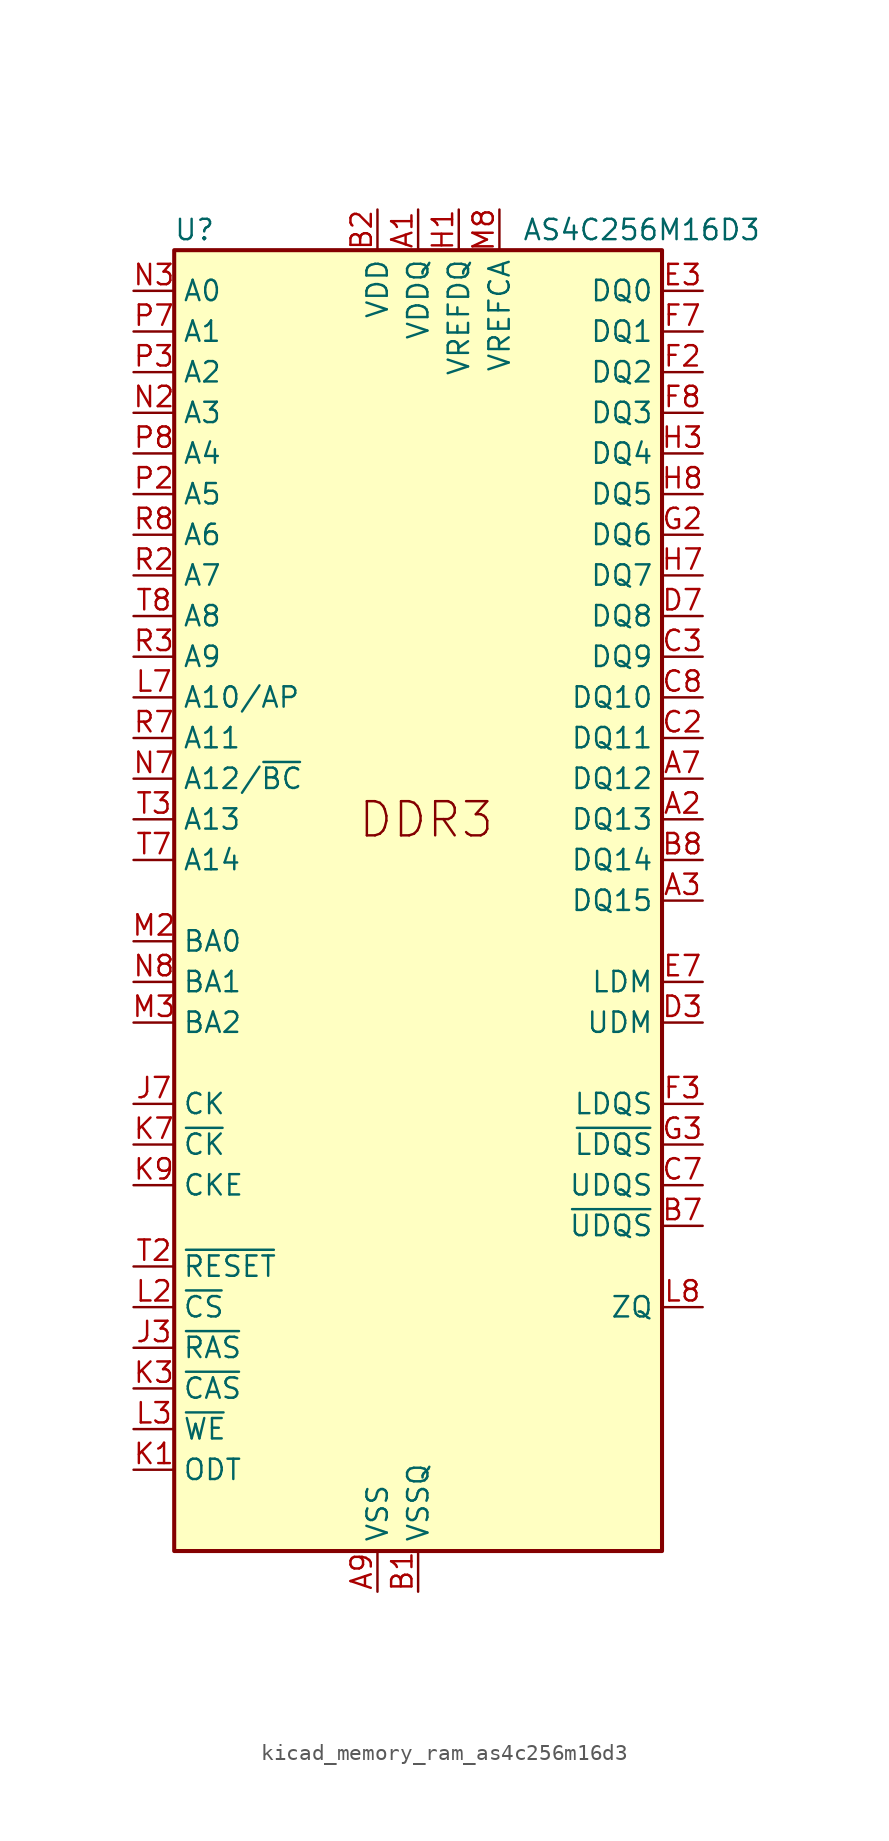
<source format=kicad_sym>
(kicad_symbol_lib
  (version 20220914)
  (generator kicad_symbol_editor)
  (symbol "kicad_memory_ram_as4c256m16d3"
    (property "Reference" "U"
      (at -13.97 41.91 0)
      (effects (font (size 1.27 1.27))))
    (property "Value" "AS4C256M16D3"
      (at 13.97 41.91 0)
      (effects (font (size 1.27 1.27))))
    (symbol "kicad_memory_ram_as4c256m16d3_0_1"
      (rectangle (start -15.24 -40.64) (end 15.24 40.64) (stroke (width 0.254) (type default)) (fill (type background)))
      (pin power_in line (at 0 43.18 270) (length 2.54) (name "VDDQ" (effects (font (size 1.27 1.27)))) (number "A1" (effects (font (size 1.27 1.27)))))
      (pin passive line (at 0 43.18 270) (length 2.54) hide (name "VDDQ" (effects (font (size 1.27 1.27)))) (number "A8" (effects (font (size 1.27 1.27)))))
      (pin power_in line (at -2.54 -43.18 90) (length 2.54) (name "VSS" (effects (font (size 1.27 1.27)))) (number "A9" (effects (font (size 1.27 1.27)))))
      (pin power_in line (at 0 -43.18 90) (length 2.54) (name "VSSQ" (effects (font (size 1.27 1.27)))) (number "B1" (effects (font (size 1.27 1.27)))))
      (pin power_in line (at -2.54 43.18 270) (length 2.54) (name "VDD" (effects (font (size 1.27 1.27)))) (number "B2" (effects (font (size 1.27 1.27)))))
      (pin passive line (at -2.54 -43.18 90) (length 2.54) hide (name "VSS" (effects (font (size 1.27 1.27)))) (number "B3" (effects (font (size 1.27 1.27)))))
      (pin passive line (at 0 -43.18 90) (length 2.54) hide (name "VSSQ" (effects (font (size 1.27 1.27)))) (number "B9" (effects (font (size 1.27 1.27)))))
      (pin passive line (at 0 43.18 270) (length 2.54) hide (name "VDDQ" (effects (font (size 1.27 1.27)))) (number "C1" (effects (font (size 1.27 1.27)))))
      (pin passive line (at 0 43.18 270) (length 2.54) hide (name "VDDQ" (effects (font (size 1.27 1.27)))) (number "C9" (effects (font (size 1.27 1.27)))))
      (pin passive line (at 0 -43.18 90) (length 2.54) hide (name "VSSQ" (effects (font (size 1.27 1.27)))) (number "D1" (effects (font (size 1.27 1.27)))))
      (pin passive line (at 0 43.18 270) (length 2.54) hide (name "VDDQ" (effects (font (size 1.27 1.27)))) (number "D2" (effects (font (size 1.27 1.27)))))
      (pin passive line (at 0 -43.18 90) (length 2.54) hide (name "VSSQ" (effects (font (size 1.27 1.27)))) (number "D8" (effects (font (size 1.27 1.27)))))
      (pin passive line (at -2.54 43.18 270) (length 2.54) hide (name "VDD" (effects (font (size 1.27 1.27)))) (number "D9" (effects (font (size 1.27 1.27)))))
      (pin passive line (at -2.54 -43.18 90) (length 2.54) hide (name "VSS" (effects (font (size 1.27 1.27)))) (number "E1" (effects (font (size 1.27 1.27)))))
      (pin passive line (at 0 -43.18 90) (length 2.54) hide (name "VSSQ" (effects (font (size 1.27 1.27)))) (number "E2" (effects (font (size 1.27 1.27)))))
      (pin bidirectional line (at 17.78 38.1 180) (length 2.54) (name "DQ0" (effects (font (size 1.27 1.27)))) (number "E3" (effects (font (size 1.27 1.27)))))
      (pin passive line (at 0 -43.18 90) (length 2.54) hide (name "VSSQ" (effects (font (size 1.27 1.27)))) (number "E8" (effects (font (size 1.27 1.27)))))
      (pin passive line (at 0 43.18 270) (length 2.54) hide (name "VDDQ" (effects (font (size 1.27 1.27)))) (number "E9" (effects (font (size 1.27 1.27)))))
      (pin passive line (at 0 43.18 270) (length 2.54) hide (name "VDDQ" (effects (font (size 1.27 1.27)))) (number "F1" (effects (font (size 1.27 1.27)))))
      (pin bidirectional line (at 17.78 33.02 180) (length 2.54) (name "DQ2" (effects (font (size 1.27 1.27)))) (number "F2" (effects (font (size 1.27 1.27)))))
      (pin bidirectional line (at 17.78 35.56 180) (length 2.54) (name "DQ1" (effects (font (size 1.27 1.27)))) (number "F7" (effects (font (size 1.27 1.27)))))
      (pin bidirectional line (at 17.78 30.48 180) (length 2.54) (name "DQ3" (effects (font (size 1.27 1.27)))) (number "F8" (effects (font (size 1.27 1.27)))))
      (pin passive line (at 0 -43.18 90) (length 2.54) hide (name "VSSQ" (effects (font (size 1.27 1.27)))) (number "F9" (effects (font (size 1.27 1.27)))))
      (pin passive line (at 0 -43.18 90) (length 2.54) hide (name "VSSQ" (effects (font (size 1.27 1.27)))) (number "G1" (effects (font (size 1.27 1.27)))))
      (pin bidirectional line (at 17.78 22.86 180) (length 2.54) (name "DQ6" (effects (font (size 1.27 1.27)))) (number "G2" (effects (font (size 1.27 1.27)))))
      (pin passive line (at -2.54 43.18 270) (length 2.54) hide (name "VDD" (effects (font (size 1.27 1.27)))) (number "G7" (effects (font (size 1.27 1.27)))))
      (pin passive line (at -2.54 -43.18 90) (length 2.54) hide (name "VSS" (effects (font (size 1.27 1.27)))) (number "G8" (effects (font (size 1.27 1.27)))))
      (pin passive line (at 0 -43.18 90) (length 2.54) hide (name "VSSQ" (effects (font (size 1.27 1.27)))) (number "G9" (effects (font (size 1.27 1.27)))))
      (pin power_in line (at 2.54 43.18 270) (length 2.54) (name "VREFDQ" (effects (font (size 1.27 1.27)))) (number "H1" (effects (font (size 1.27 1.27)))))
      (pin passive line (at 0 43.18 270) (length 2.54) hide (name "VDDQ" (effects (font (size 1.27 1.27)))) (number "H2" (effects (font (size 1.27 1.27)))))
      (pin bidirectional line (at 17.78 27.94 180) (length 2.54) (name "DQ4" (effects (font (size 1.27 1.27)))) (number "H3" (effects (font (size 1.27 1.27)))))
      (pin bidirectional line (at 17.78 20.32 180) (length 2.54) (name "DQ7" (effects (font (size 1.27 1.27)))) (number "H7" (effects (font (size 1.27 1.27)))))
      (pin bidirectional line (at 17.78 25.4 180) (length 2.54) (name "DQ5" (effects (font (size 1.27 1.27)))) (number "H8" (effects (font (size 1.27 1.27)))))
      (pin passive line (at 0 43.18 270) (length 2.54) hide (name "VDDQ" (effects (font (size 1.27 1.27)))) (number "H9" (effects (font (size 1.27 1.27)))))
      (pin passive line (at -2.54 -43.18 90) (length 2.54) hide (name "VSS" (effects (font (size 1.27 1.27)))) (number "J2" (effects (font (size 1.27 1.27)))))
      (pin passive line (at -2.54 -43.18 90) (length 2.54) hide (name "VSS" (effects (font (size 1.27 1.27)))) (number "J8" (effects (font (size 1.27 1.27)))))
      (pin passive line (at -2.54 43.18 270) (length 2.54) hide (name "VDD" (effects (font (size 1.27 1.27)))) (number "K2" (effects (font (size 1.27 1.27)))))
      (pin passive line (at -2.54 43.18 270) (length 2.54) hide (name "VDD" (effects (font (size 1.27 1.27)))) (number "K8" (effects (font (size 1.27 1.27)))))
      (pin input line (at -17.78 -25.4 0) (length 2.54) (name "~{CS}" (effects (font (size 1.27 1.27)))) (number "L2" (effects (font (size 1.27 1.27)))))
      (pin input line (at -17.78 12.7 0) (length 2.54) (name "A10/AP" (effects (font (size 1.27 1.27)))) (number "L7" (effects (font (size 1.27 1.27)))))
      (pin passive line (at -2.54 -43.18 90) (length 2.54) hide (name "VSS" (effects (font (size 1.27 1.27)))) (number "M1" (effects (font (size 1.27 1.27)))))
      (pin passive line (at -2.54 -43.18 90) (length 2.54) hide (name "VSS" (effects (font (size 1.27 1.27)))) (number "M9" (effects (font (size 1.27 1.27)))))
      (pin passive line (at -2.54 43.18 270) (length 2.54) hide (name "VDD" (effects (font (size 1.27 1.27)))) (number "N1" (effects (font (size 1.27 1.27)))))
      (pin input line (at -17.78 30.48 0) (length 2.54) (name "A3" (effects (font (size 1.27 1.27)))) (number "N2" (effects (font (size 1.27 1.27)))))
      (pin input line (at -17.78 38.1 0) (length 2.54) (name "A0" (effects (font (size 1.27 1.27)))) (number "N3" (effects (font (size 1.27 1.27)))))
      (pin input line (at -17.78 7.62 0) (length 2.54) (name "A12/~{BC}" (effects (font (size 1.27 1.27)))) (number "N7" (effects (font (size 1.27 1.27)))))
      (pin passive line (at -2.54 43.18 270) (length 2.54) hide (name "VDD" (effects (font (size 1.27 1.27)))) (number "N9" (effects (font (size 1.27 1.27)))))
      (pin passive line (at -2.54 -43.18 90) (length 2.54) hide (name "VSS" (effects (font (size 1.27 1.27)))) (number "P1" (effects (font (size 1.27 1.27)))))
      (pin input line (at -17.78 25.4 0) (length 2.54) (name "A5" (effects (font (size 1.27 1.27)))) (number "P2" (effects (font (size 1.27 1.27)))))
      (pin input line (at -17.78 33.02 0) (length 2.54) (name "A2" (effects (font (size 1.27 1.27)))) (number "P3" (effects (font (size 1.27 1.27)))))
      (pin input line (at -17.78 35.56 0) (length 2.54) (name "A1" (effects (font (size 1.27 1.27)))) (number "P7" (effects (font (size 1.27 1.27)))))
      (pin input line (at -17.78 27.94 0) (length 2.54) (name "A4" (effects (font (size 1.27 1.27)))) (number "P8" (effects (font (size 1.27 1.27)))))
      (pin passive line (at -2.54 -43.18 90) (length 2.54) hide (name "VSS" (effects (font (size 1.27 1.27)))) (number "P9" (effects (font (size 1.27 1.27)))))
      (pin passive line (at -2.54 43.18 270) (length 2.54) hide (name "VDD" (effects (font (size 1.27 1.27)))) (number "R1" (effects (font (size 1.27 1.27)))))
      (pin input line (at -17.78 20.32 0) (length 2.54) (name "A7" (effects (font (size 1.27 1.27)))) (number "R2" (effects (font (size 1.27 1.27)))))
      (pin input line (at -17.78 15.24 0) (length 2.54) (name "A9" (effects (font (size 1.27 1.27)))) (number "R3" (effects (font (size 1.27 1.27)))))
      (pin input line (at -17.78 10.16 0) (length 2.54) (name "A11" (effects (font (size 1.27 1.27)))) (number "R7" (effects (font (size 1.27 1.27)))))
      (pin input line (at -17.78 22.86 0) (length 2.54) (name "A6" (effects (font (size 1.27 1.27)))) (number "R8" (effects (font (size 1.27 1.27)))))
      (pin passive line (at -2.54 43.18 270) (length 2.54) hide (name "VDD" (effects (font (size 1.27 1.27)))) (number "R9" (effects (font (size 1.27 1.27)))))
      (pin passive line (at -2.54 -43.18 90) (length 2.54) hide (name "VSS" (effects (font (size 1.27 1.27)))) (number "T1" (effects (font (size 1.27 1.27)))))
      (pin input line (at -17.78 -22.86 0) (length 2.54) (name "~{RESET}" (effects (font (size 1.27 1.27)))) (number "T2" (effects (font (size 1.27 1.27)))))
      (pin input line (at -17.78 5.08 0) (length 2.54) (name "A13" (effects (font (size 1.27 1.27)))) (number "T3" (effects (font (size 1.27 1.27)))))
      (pin input line (at -17.78 2.54 0) (length 2.54) (name "A14" (effects (font (size 1.27 1.27)))) (number "T7" (effects (font (size 1.27 1.27)))))
      (pin input line (at -17.78 17.78 0) (length 2.54) (name "A8" (effects (font (size 1.27 1.27)))) (number "T8" (effects (font (size 1.27 1.27)))))
      (pin passive line (at -2.54 -43.18 90) (length 2.54) hide (name "VSS" (effects (font (size 1.27 1.27)))) (number "T9" (effects (font (size 1.27 1.27))))))
    (symbol "kicad_memory_ram_as4c256m16d3_1_1"
      (text "DDR3" (at -3.81 3.81 0) (effects (font (size 2.134 2.134)) (justify left bottom)))
      (pin bidirectional line (at 17.78 5.08 180) (length 2.54) (name "DQ13" (effects (font (size 1.27 1.27)))) (number "A2" (effects (font (size 1.27 1.27)))))
      (pin bidirectional line (at 17.78 0 180) (length 2.54) (name "DQ15" (effects (font (size 1.27 1.27)))) (number "A3" (effects (font (size 1.27 1.27)))))
      (pin bidirectional line (at 17.78 7.62 180) (length 2.54) (name "DQ12" (effects (font (size 1.27 1.27)))) (number "A7" (effects (font (size 1.27 1.27)))))
      (pin bidirectional line (at 17.78 -20.32 180) (length 2.54) (name "~{UDQS}" (effects (font (size 1.27 1.27)))) (number "B7" (effects (font (size 1.27 1.27)))))
      (pin bidirectional line (at 17.78 2.54 180) (length 2.54) (name "DQ14" (effects (font (size 1.27 1.27)))) (number "B8" (effects (font (size 1.27 1.27)))))
      (pin bidirectional line (at 17.78 10.16 180) (length 2.54) (name "DQ11" (effects (font (size 1.27 1.27)))) (number "C2" (effects (font (size 1.27 1.27)))))
      (pin bidirectional line (at 17.78 15.24 180) (length 2.54) (name "DQ9" (effects (font (size 1.27 1.27)))) (number "C3" (effects (font (size 1.27 1.27)))))
      (pin bidirectional line (at 17.78 -17.78 180) (length 2.54) (name "UDQS" (effects (font (size 1.27 1.27)))) (number "C7" (effects (font (size 1.27 1.27)))))
      (pin bidirectional line (at 17.78 12.7 180) (length 2.54) (name "DQ10" (effects (font (size 1.27 1.27)))) (number "C8" (effects (font (size 1.27 1.27)))))
      (pin input line (at 17.78 -7.62 180) (length 2.54) (name "UDM" (effects (font (size 1.27 1.27)))) (number "D3" (effects (font (size 1.27 1.27)))))
      (pin bidirectional line (at 17.78 17.78 180) (length 2.54) (name "DQ8" (effects (font (size 1.27 1.27)))) (number "D7" (effects (font (size 1.27 1.27)))))
      (pin input line (at 17.78 -5.08 180) (length 2.54) (name "LDM" (effects (font (size 1.27 1.27)))) (number "E7" (effects (font (size 1.27 1.27)))))
      (pin bidirectional line (at 17.78 -12.7 180) (length 2.54) (name "LDQS" (effects (font (size 1.27 1.27)))) (number "F3" (effects (font (size 1.27 1.27)))))
      (pin bidirectional line (at 17.78 -15.24 180) (length 2.54) (name "~{LDQS}" (effects (font (size 1.27 1.27)))) (number "G3" (effects (font (size 1.27 1.27)))))
      (pin no_connect line (at 15.24 -27.94 180) (length 2.54) hide (name "NC" (effects (font (size 1.27 1.27)))) (number "J1" (effects (font (size 1.27 1.27)))))
      (pin input line (at -17.78 -27.94 0) (length 2.54) (name "~{RAS}" (effects (font (size 1.27 1.27)))) (number "J3" (effects (font (size 1.27 1.27)))))
      (pin input line (at -17.78 -12.7 0) (length 2.54) (name "CK" (effects (font (size 1.27 1.27)))) (number "J7" (effects (font (size 1.27 1.27)))))
      (pin no_connect line (at 15.24 -30.48 180) (length 2.54) hide (name "NC" (effects (font (size 1.27 1.27)))) (number "J9" (effects (font (size 1.27 1.27)))))
      (pin input line (at -17.78 -35.56 0) (length 2.54) (name "ODT" (effects (font (size 1.27 1.27)))) (number "K1" (effects (font (size 1.27 1.27)))))
      (pin input line (at -17.78 -30.48 0) (length 2.54) (name "~{CAS}" (effects (font (size 1.27 1.27)))) (number "K3" (effects (font (size 1.27 1.27)))))
      (pin input line (at -17.78 -15.24 0) (length 2.54) (name "~{CK}" (effects (font (size 1.27 1.27)))) (number "K7" (effects (font (size 1.27 1.27)))))
      (pin input line (at -17.78 -17.78 0) (length 2.54) (name "CKE" (effects (font (size 1.27 1.27)))) (number "K9" (effects (font (size 1.27 1.27)))))
      (pin no_connect line (at 15.24 -33.02 180) (length 2.54) hide (name "NC" (effects (font (size 1.27 1.27)))) (number "L1" (effects (font (size 1.27 1.27)))))
      (pin input line (at -17.78 -33.02 0) (length 2.54) (name "~{WE}" (effects (font (size 1.27 1.27)))) (number "L3" (effects (font (size 1.27 1.27)))))
      (pin input line (at 17.78 -25.4 180) (length 2.54) (name "ZQ" (effects (font (size 1.27 1.27)))) (number "L8" (effects (font (size 1.27 1.27)))))
      (pin no_connect line (at 15.24 -35.56 180) (length 2.54) hide (name "NC" (effects (font (size 1.27 1.27)))) (number "L9" (effects (font (size 1.27 1.27)))))
      (pin input line (at -17.78 -2.54 0) (length 2.54) (name "BA0" (effects (font (size 1.27 1.27)))) (number "M2" (effects (font (size 1.27 1.27)))))
      (pin input line (at -17.78 -7.62 0) (length 2.54) (name "BA2" (effects (font (size 1.27 1.27)))) (number "M3" (effects (font (size 1.27 1.27)))))
      (pin no_connect line (at 15.24 -38.1 180) (length 2.54) hide (name "NC" (effects (font (size 1.27 1.27)))) (number "M7" (effects (font (size 1.27 1.27)))))
      (pin power_in line (at 5.08 43.18 270) (length 2.54) (name "VREFCA" (effects (font (size 1.27 1.27)))) (number "M8" (effects (font (size 1.27 1.27)))))
      (pin input line (at -17.78 -5.08 0) (length 2.54) (name "BA1" (effects (font (size 1.27 1.27)))) (number "N8" (effects (font (size 1.27 1.27))))))))
</source>
